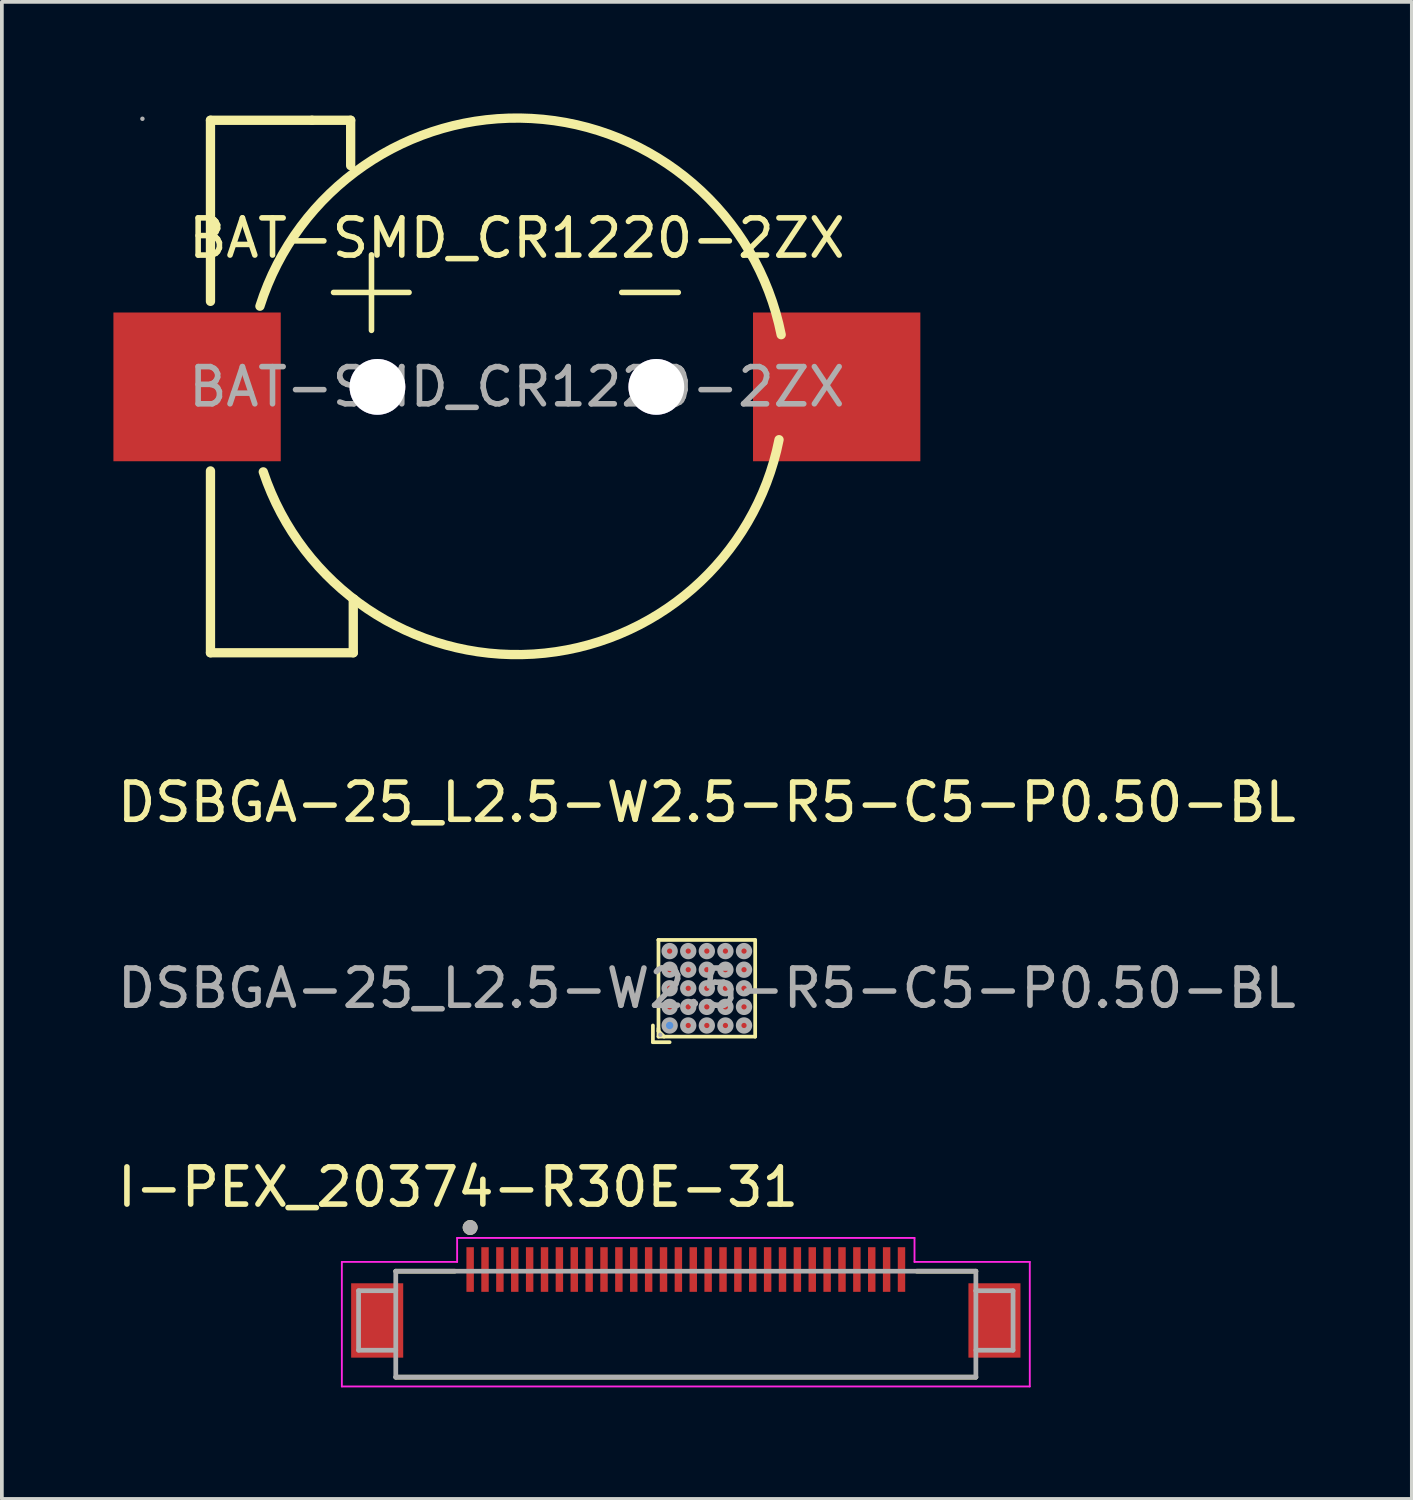
<source format=kicad_pcb>
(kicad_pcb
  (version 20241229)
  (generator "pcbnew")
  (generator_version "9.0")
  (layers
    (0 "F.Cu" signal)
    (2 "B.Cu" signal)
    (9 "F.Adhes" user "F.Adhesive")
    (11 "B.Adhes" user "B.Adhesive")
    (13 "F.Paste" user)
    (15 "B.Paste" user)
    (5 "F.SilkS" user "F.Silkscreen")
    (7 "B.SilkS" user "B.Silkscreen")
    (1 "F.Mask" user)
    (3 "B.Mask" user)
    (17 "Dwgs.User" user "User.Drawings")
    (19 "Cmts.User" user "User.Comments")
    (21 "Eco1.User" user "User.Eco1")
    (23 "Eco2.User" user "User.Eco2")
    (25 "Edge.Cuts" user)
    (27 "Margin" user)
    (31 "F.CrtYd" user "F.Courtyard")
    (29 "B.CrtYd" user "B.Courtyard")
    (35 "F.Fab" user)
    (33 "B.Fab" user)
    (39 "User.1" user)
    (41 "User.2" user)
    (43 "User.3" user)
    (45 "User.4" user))
  (footprint "I-PEX_20374-R30E-31"
    (layer "F.Cu")
    (at 15.393 32.46)
    (property "Reference" "I-PEX_20374-R30E-31" (at -6.125 -3.585 0) (layer "F.SilkS") (effects (font (size 1 1) (thickness 0.15))))
    (attr smd)
    (fp_line (start -7.8 -1.325) (end -6.215 -1.325) (stroke (width 0.127) (type solid)) (layer "F.SilkS"))
    (fp_line (start -7.8 1.525) (end 7.8 1.525) (stroke (width 0.127) (type solid)) (layer "F.SilkS"))
    (fp_line (start 6.215 -1.325) (end 7.8 -1.325) (stroke (width 0.127) (type solid)) (layer "F.SilkS"))
    (fp_circle (center -5.8 -2.5) (end -5.7 -2.5) (stroke (width 0.2) (type solid)) (fill no) (layer "F.SilkS"))
    (fp_line (start -9.25 -1.575) (end -6.15 -1.575) (stroke (width 0.05) (type solid)) (layer "F.CrtYd"))
    (fp_line (start -9.25 1.775) (end -9.25 -1.575) (stroke (width 0.05) (type solid)) (layer "F.CrtYd"))
    (fp_line (start -6.15 -1.575) (end -6.15 -2.22) (stroke (width 0.05) (type solid)) (layer "F.CrtYd"))
    (fp_line (start 6.15 -2.22) (end -6.15 -2.22) (stroke (width 0.05) (type solid)) (layer "F.CrtYd"))
    (fp_line (start 6.15 -1.575) (end 6.15 -2.22) (stroke (width 0.05) (type solid)) (layer "F.CrtYd"))
    (fp_line (start 6.15 -1.575) (end 9.25 -1.575) (stroke (width 0.05) (type solid)) (layer "F.CrtYd"))
    (fp_line (start 9.25 1.775) (end -9.25 1.775) (stroke (width 0.05) (type solid)) (layer "F.CrtYd"))
    (fp_line (start 9.25 1.775) (end 9.25 -1.575) (stroke (width 0.05) (type solid)) (layer "F.CrtYd"))
    (fp_line (start -8.8 -0.8) (end -7.8 -0.8) (stroke (width 0.127) (type solid)) (layer "F.Fab"))
    (fp_line (start -8.8 0.8) (end -8.8 -0.8) (stroke (width 0.127) (type solid)) (layer "F.Fab"))
    (fp_line (start -8.8 0.8) (end -7.8 0.8) (stroke (width 0.127) (type solid)) (layer "F.Fab"))
    (fp_line (start -7.8 1.525) (end -7.8 -1.325) (stroke (width 0.127) (type solid)) (layer "F.Fab"))
    (fp_line (start 7.8 -1.325) (end -7.8 -1.325) (stroke (width 0.127) (type solid)) (layer "F.Fab"))
    (fp_line (start 7.8 -1.325) (end 7.8 -0.8) (stroke (width 0.127) (type solid)) (layer "F.Fab"))
    (fp_line (start 7.8 -0.8) (end 7.8 1.525) (stroke (width 0.127) (type solid)) (layer "F.Fab"))
    (fp_line (start 7.8 -0.8) (end 8.8 -0.8) (stroke (width 0.127) (type solid)) (layer "F.Fab"))
    (fp_line (start 7.8 0.8) (end 8.8 0.8) (stroke (width 0.127) (type solid)) (layer "F.Fab"))
    (fp_line (start 7.8 1.525) (end -7.8 1.525) (stroke (width 0.127) (type solid)) (layer "F.Fab"))
    (fp_line (start 8.8 -0.8) (end 8.8 0.8) (stroke (width 0.127) (type solid)) (layer "F.Fab"))
    (fp_circle (center -5.8 -2.5) (end -5.7 -2.5) (stroke (width 0.2) (type solid)) (fill no) (layer "F.Fab"))
    (pad "1" smd rect (at -5.8 -1.37) (size 0.2 1.2) (layers "F.Cu" "F.Mask" "F.Paste"))
    (pad "2" smd rect (at -5.4 -1.37) (size 0.2 1.2) (layers "F.Cu" "F.Mask" "F.Paste"))
    (pad "3" smd rect (at -5 -1.37) (size 0.2 1.2) (layers "F.Cu" "F.Mask" "F.Paste"))
    (pad "4" smd rect (at -4.6 -1.37) (size 0.2 1.2) (layers "F.Cu" "F.Mask" "F.Paste"))
    (pad "5" smd rect (at -4.2 -1.37) (size 0.2 1.2) (layers "F.Cu" "F.Mask" "F.Paste"))
    (pad "6" smd rect (at -3.8 -1.37) (size 0.2 1.2) (layers "F.Cu" "F.Mask" "F.Paste"))
    (pad "7" smd rect (at -3.4 -1.37) (size 0.2 1.2) (layers "F.Cu" "F.Mask" "F.Paste"))
    (pad "8" smd rect (at -3 -1.37) (size 0.2 1.2) (layers "F.Cu" "F.Mask" "F.Paste"))
    (pad "9" smd rect (at -2.6 -1.37) (size 0.2 1.2) (layers "F.Cu" "F.Mask" "F.Paste"))
    (pad "10" smd rect (at -2.2 -1.37) (size 0.2 1.2) (layers "F.Cu" "F.Mask" "F.Paste"))
    (pad "11" smd rect (at -1.8 -1.37) (size 0.2 1.2) (layers "F.Cu" "F.Mask" "F.Paste"))
    (pad "12" smd rect (at -1.4 -1.37) (size 0.2 1.2) (layers "F.Cu" "F.Mask" "F.Paste"))
    (pad "13" smd rect (at -1 -1.37) (size 0.2 1.2) (layers "F.Cu" "F.Mask" "F.Paste"))
    (pad "14" smd rect (at -0.6 -1.37) (size 0.2 1.2) (layers "F.Cu" "F.Mask" "F.Paste"))
    (pad "15" smd rect (at -0.2 -1.37) (size 0.2 1.2) (layers "F.Cu" "F.Mask" "F.Paste"))
    (pad "16" smd rect (at 0.2 -1.37) (size 0.2 1.2) (layers "F.Cu" "F.Mask" "F.Paste"))
    (pad "17" smd rect (at 0.6 -1.37) (size 0.2 1.2) (layers "F.Cu" "F.Mask" "F.Paste"))
    (pad "18" smd rect (at 1 -1.37) (size 0.2 1.2) (layers "F.Cu" "F.Mask" "F.Paste"))
    (pad "19" smd rect (at 1.4 -1.37) (size 0.2 1.2) (layers "F.Cu" "F.Mask" "F.Paste"))
    (pad "20" smd rect (at 1.8 -1.37) (size 0.2 1.2) (layers "F.Cu" "F.Mask" "F.Paste"))
    (pad "21" smd rect (at 2.2 -1.37) (size 0.2 1.2) (layers "F.Cu" "F.Mask" "F.Paste"))
    (pad "22" smd rect (at 2.6 -1.37) (size 0.2 1.2) (layers "F.Cu" "F.Mask" "F.Paste"))
    (pad "23" smd rect (at 3 -1.37) (size 0.2 1.2) (layers "F.Cu" "F.Mask" "F.Paste"))
    (pad "24" smd rect (at 3.4 -1.37) (size 0.2 1.2) (layers "F.Cu" "F.Mask" "F.Paste"))
    (pad "25" smd rect (at 3.8 -1.37) (size 0.2 1.2) (layers "F.Cu" "F.Mask" "F.Paste"))
    (pad "26" smd rect (at 4.2 -1.37) (size 0.2 1.2) (layers "F.Cu" "F.Mask" "F.Paste"))
    (pad "27" smd rect (at 4.6 -1.37) (size 0.2 1.2) (layers "F.Cu" "F.Mask" "F.Paste"))
    (pad "28" smd rect (at 5 -1.37) (size 0.2 1.2) (layers "F.Cu" "F.Mask" "F.Paste"))
    (pad "29" smd rect (at 5.4 -1.37) (size 0.2 1.2) (layers "F.Cu" "F.Mask" "F.Paste"))
    (pad "30" smd rect (at 5.8 -1.37) (size 0.2 1.2) (layers "F.Cu" "F.Mask" "F.Paste"))
    (pad "S1" smd rect (at -8.3 0) (size 1.4 2) (layers "F.Cu" "F.Mask" "F.Paste"))
    (pad "S2" smd rect (at 8.3 0) (size 1.4 2) (layers "F.Cu" "F.Mask" "F.Paste")))
  (footprint "DSBGA-25_L2.5-W2.5-R5-C5-P0.50-BL"
    (layer "F.Cu")
    (at 15.958 23.527)
    (property "Reference" "DSBGA-25_L2.5-W2.5-R5-C5-P0.50-BL" (at 0 -5 0) (layer "F.SilkS") (effects (font (size 1 1) (thickness 0.15))))
    (attr smd)
    (fp_line (start -1.45 1) (end -1.45 1.45) (stroke (width 0.1) (type solid)) (layer "F.SilkS"))
    (fp_line (start -1.45 1.45) (end -1 1.45) (stroke (width 0.1) (type solid)) (layer "F.SilkS"))
    (fp_line (start -1.3 -1.3) (end -1.3 -1.3) (stroke (width 0.1) (type solid)) (layer "F.SilkS"))
    (fp_line (start -1.3 -1.3) (end 1.3 -1.3) (stroke (width 0.1) (type solid)) (layer "F.SilkS"))
    (fp_line (start -1.3 1.08) (end -1.3 1.15) (stroke (width 0.1) (type solid)) (layer "F.SilkS"))
    (fp_line (start -1.3 1.15) (end -1.15 1.3) (stroke (width 0.1) (type solid)) (layer "F.SilkS"))
    (fp_line (start -1.3 1.3) (end -1.3 -1.3) (stroke (width 0.1) (type solid)) (layer "F.SilkS"))
    (fp_line (start 1.3 -1.3) (end 1.3 1.3) (stroke (width 0.1) (type solid)) (layer "F.SilkS"))
    (fp_line (start 1.3 1.3) (end -1.3 1.3) (stroke (width 0.1) (type solid)) (layer "F.SilkS"))
    (fp_circle (center -1 1) (end -0.95 1) (stroke (width 0.1) (type solid)) (fill no) (layer "Cmts.User"))
    (fp_circle (center -1.25 1.25) (end -1.22 1.25) (stroke (width 0.06) (type solid)) (fill no) (layer "F.Fab"))
    (fp_circle (center -1 -1) (end -0.93 -1) (stroke (width 0.15) (type solid)) (fill no) (layer "F.Fab"))
    (fp_circle (center -1 -0.5) (end -0.93 -0.5) (stroke (width 0.15) (type solid)) (fill no) (layer "F.Fab"))
    (fp_circle (center -1 0) (end -0.93 0) (stroke (width 0.15) (type solid)) (fill no) (layer "F.Fab"))
    (fp_circle (center -1 0.5) (end -0.93 0.5) (stroke (width 0.15) (type solid)) (fill no) (layer "F.Fab"))
    (fp_circle (center -1 1) (end -0.93 1) (stroke (width 0.15) (type solid)) (fill no) (layer "F.Fab"))
    (fp_circle (center -0.5 -1) (end -0.43 -1) (stroke (width 0.15) (type solid)) (fill no) (layer "F.Fab"))
    (fp_circle (center -0.5 -0.5) (end -0.43 -0.5) (stroke (width 0.15) (type solid)) (fill no) (layer "F.Fab"))
    (fp_circle (center -0.5 0) (end -0.43 0) (stroke (width 0.15) (type solid)) (fill no) (layer "F.Fab"))
    (fp_circle (center -0.5 0.5) (end -0.43 0.5) (stroke (width 0.15) (type solid)) (fill no) (layer "F.Fab"))
    (fp_circle (center -0.5 1) (end -0.43 1) (stroke (width 0.15) (type solid)) (fill no) (layer "F.Fab"))
    (fp_circle (center 0 -1) (end 0.07 -1) (stroke (width 0.15) (type solid)) (fill no) (layer "F.Fab"))
    (fp_circle (center 0 -0.5) (end 0.07 -0.5) (stroke (width 0.15) (type solid)) (fill no) (layer "F.Fab"))
    (fp_circle (center 0 0) (end 0.07 0) (stroke (width 0.15) (type solid)) (fill no) (layer "F.Fab"))
    (fp_circle (center 0 0.5) (end 0.07 0.5) (stroke (width 0.15) (type solid)) (fill no) (layer "F.Fab"))
    (fp_circle (center 0 1) (end 0.07 1) (stroke (width 0.15) (type solid)) (fill no) (layer "F.Fab"))
    (fp_circle (center 0.5 -1) (end 0.57 -1) (stroke (width 0.15) (type solid)) (fill no) (layer "F.Fab"))
    (fp_circle (center 0.5 -0.5) (end 0.57 -0.5) (stroke (width 0.15) (type solid)) (fill no) (layer "F.Fab"))
    (fp_circle (center 0.5 0) (end 0.57 0) (stroke (width 0.15) (type solid)) (fill no) (layer "F.Fab"))
    (fp_circle (center 0.5 0.5) (end 0.57 0.5) (stroke (width 0.15) (type solid)) (fill no) (layer "F.Fab"))
    (fp_circle (center 0.5 1) (end 0.57 1) (stroke (width 0.15) (type solid)) (fill no) (layer "F.Fab"))
    (fp_circle (center 1 -1) (end 1.07 -1) (stroke (width 0.15) (type solid)) (fill no) (layer "F.Fab"))
    (fp_circle (center 1 -0.5) (end 1.07 -0.5) (stroke (width 0.15) (type solid)) (fill no) (layer "F.Fab"))
    (fp_circle (center 1 0) (end 1.07 0) (stroke (width 0.15) (type solid)) (fill no) (layer "F.Fab"))
    (fp_circle (center 1 0.5) (end 1.07 0.5) (stroke (width 0.15) (type solid)) (fill no) (layer "F.Fab"))
    (fp_circle (center 1 1) (end 1.07 1) (stroke (width 0.15) (type solid)) (fill no) (layer "F.Fab"))
    (fp_text user "${REFERENCE}" (at 0 0 0) (layer "F.Fab") (effects (font (size 1 1) (thickness 0.15))))
    (pad "A1" smd circle (at -1 1 90) (size 0.22 0.22) (layers "F.Cu" "F.Mask" "F.Paste"))
    (pad "A2" smd circle (at -1 0.5 90) (size 0.22 0.22) (layers "F.Cu" "F.Mask" "F.Paste"))
    (pad "A3" smd circle (at -1 0 90) (size 0.22 0.22) (layers "F.Cu" "F.Mask" "F.Paste"))
    (pad "A4" smd circle (at -1 -0.5 90) (size 0.22 0.22) (layers "F.Cu" "F.Mask" "F.Paste"))
    (pad "A5" smd circle (at -1 -1 90) (size 0.22 0.22) (layers "F.Cu" "F.Mask" "F.Paste"))
    (pad "B1" smd circle (at -0.5 1 90) (size 0.22 0.22) (layers "F.Cu" "F.Mask" "F.Paste"))
    (pad "B2" smd circle (at -0.5 0.5 90) (size 0.22 0.22) (layers "F.Cu" "F.Mask" "F.Paste"))
    (pad "B3" smd circle (at -0.5 0 90) (size 0.22 0.22) (layers "F.Cu" "F.Mask" "F.Paste"))
    (pad "B4" smd circle (at -0.5 -0.5 90) (size 0.22 0.22) (layers "F.Cu" "F.Mask" "F.Paste"))
    (pad "B5" smd circle (at -0.5 -1 90) (size 0.22 0.22) (layers "F.Cu" "F.Mask" "F.Paste"))
    (pad "C1" smd circle (at 0 1 90) (size 0.22 0.22) (layers "F.Cu" "F.Mask" "F.Paste"))
    (pad "C2" smd circle (at 0 0.5 90) (size 0.22 0.22) (layers "F.Cu" "F.Mask" "F.Paste"))
    (pad "C3" smd circle (at 0 0 90) (size 0.22 0.22) (layers "F.Cu" "F.Mask" "F.Paste"))
    (pad "C4" smd circle (at 0 -0.5 90) (size 0.22 0.22) (layers "F.Cu" "F.Mask" "F.Paste"))
    (pad "C5" smd circle (at 0 -1 90) (size 0.22 0.22) (layers "F.Cu" "F.Mask" "F.Paste"))
    (pad "D1" smd circle (at 0.5 1 90) (size 0.22 0.22) (layers "F.Cu" "F.Mask" "F.Paste"))
    (pad "D2" smd circle (at 0.5 0.5 90) (size 0.22 0.22) (layers "F.Cu" "F.Mask" "F.Paste"))
    (pad "D3" smd circle (at 0.5 0 90) (size 0.22 0.22) (layers "F.Cu" "F.Mask" "F.Paste"))
    (pad "D4" smd circle (at 0.5 -0.5 90) (size 0.22 0.22) (layers "F.Cu" "F.Mask" "F.Paste"))
    (pad "D5" smd circle (at 0.5 -1 90) (size 0.22 0.22) (layers "F.Cu" "F.Mask" "F.Paste"))
    (pad "E1" smd circle (at 1 1 90) (size 0.22 0.22) (layers "F.Cu" "F.Mask" "F.Paste"))
    (pad "E2" smd circle (at 1 0.5 90) (size 0.22 0.22) (layers "F.Cu" "F.Mask" "F.Paste"))
    (pad "E3" smd circle (at 1 0 90) (size 0.22 0.22) (layers "F.Cu" "F.Mask" "F.Paste"))
    (pad "E4" smd circle (at 1 -0.5 90) (size 0.22 0.22) (layers "F.Cu" "F.Mask" "F.Paste"))
    (pad "E5" smd circle (at 1 -1 90) (size 0.22 0.22) (layers "F.Cu" "F.Mask" "F.Paste")))
  (footprint "BAT-SMD_CR1220-2ZX"
    (layer "F.Cu")
    (at 10.85 7.354)
    (property "Reference" "BAT-SMD_CR1220-2ZX" (at 0 -4 0) (layer "F.SilkS") (effects (font (size 1 1) (thickness 0.15))))
    (attr smd)
    (fp_line (start -8.24 -7.17) (end -5.51 -7.17) (stroke (width 0.25) (type solid)) (layer "F.SilkS"))
    (fp_line (start -8.24 -2.3) (end -8.24 -7.17) (stroke (width 0.25) (type solid)) (layer "F.SilkS"))
    (fp_line (start -8.24 2.26) (end -8.24 7.15) (stroke (width 0.25) (type solid)) (layer "F.SilkS"))
    (fp_line (start -8.24 7.15) (end -4.4 7.15) (stroke (width 0.25) (type solid)) (layer "F.SilkS"))
    (fp_line (start -5.51 -7.17) (end -4.47 -7.17) (stroke (width 0.25) (type solid)) (layer "F.SilkS"))
    (fp_line (start -4.93 -2.54) (end -2.9 -2.54) (stroke (width 0.15) (type solid)) (layer "F.SilkS"))
    (fp_line (start -4.47 -7.17) (end -4.47 -5.95) (stroke (width 0.25) (type solid)) (layer "F.SilkS"))
    (fp_line (start -4.4 5.71) (end -4.38 5.71) (stroke (width 0.25) (type solid)) (layer "F.SilkS"))
    (fp_line (start -4.4 7.15) (end -4.4 5.71) (stroke (width 0.25) (type solid)) (layer "F.SilkS"))
    (fp_line (start -3.91 -1.52) (end -3.91 -3.55) (stroke (width 0.15) (type solid)) (layer "F.SilkS"))
    (fp_line (start 2.82 -2.54) (end 4.34 -2.54) (stroke (width 0.15) (type solid)) (layer "F.SilkS"))
    (fp_arc (start -6.91 -2.17) (mid 0.395803 -7.217924) (end 7.1076 -1.403454) (stroke (width 0.25) (type solid)) (layer "F.SilkS"))
    (fp_arc (start 7.05 1.42) (mid 0.447691 7.185665) (end -6.82007 2.285356) (stroke (width 0.25) (type solid)) (layer "F.SilkS"))
    (fp_circle (center -3.75 0) (end -3.5 0) (stroke (width 0.5) (type solid)) (fill no) (layer "Cmts.User"))
    (fp_circle (center 3.75 0) (end 3.94 0) (stroke (width 0.38) (type solid)) (fill no) (layer "Cmts.User"))
    (fp_circle (center -10.07 -7.21) (end -10.04 -7.21) (stroke (width 0.06) (type solid)) (fill no) (layer "F.Fab"))
    (fp_text user "${REFERENCE}" (at 0 0 0) (layer "F.Fab") (effects (font (size 1 1) (thickness 0.15))))
    (pad "" thru_hole circle (at -3.75 0) (size 1.5 1.5) (drill 1.5) (layers "*.Cu" "*.Mask"))
    (pad "" thru_hole circle (at 3.75 0) (size 1.5 1.5) (drill 1.5) (layers "*.Cu" "*.Mask"))
    (pad "1" smd rect (at -8.6 0 180) (size 4.5 4) (layers "F.Cu" "F.Mask" "F.Paste"))
    (pad "2" smd rect (at 8.6 0 180) (size 4.5 4) (layers "F.Cu" "F.Mask" "F.Paste")))
  (gr_rect
    (start -3 -3)
    (end 34.917 37.26)
    (stroke (width 0.1) (type default))
    (fill no)
    (layer "Edge.Cuts")))
</source>
